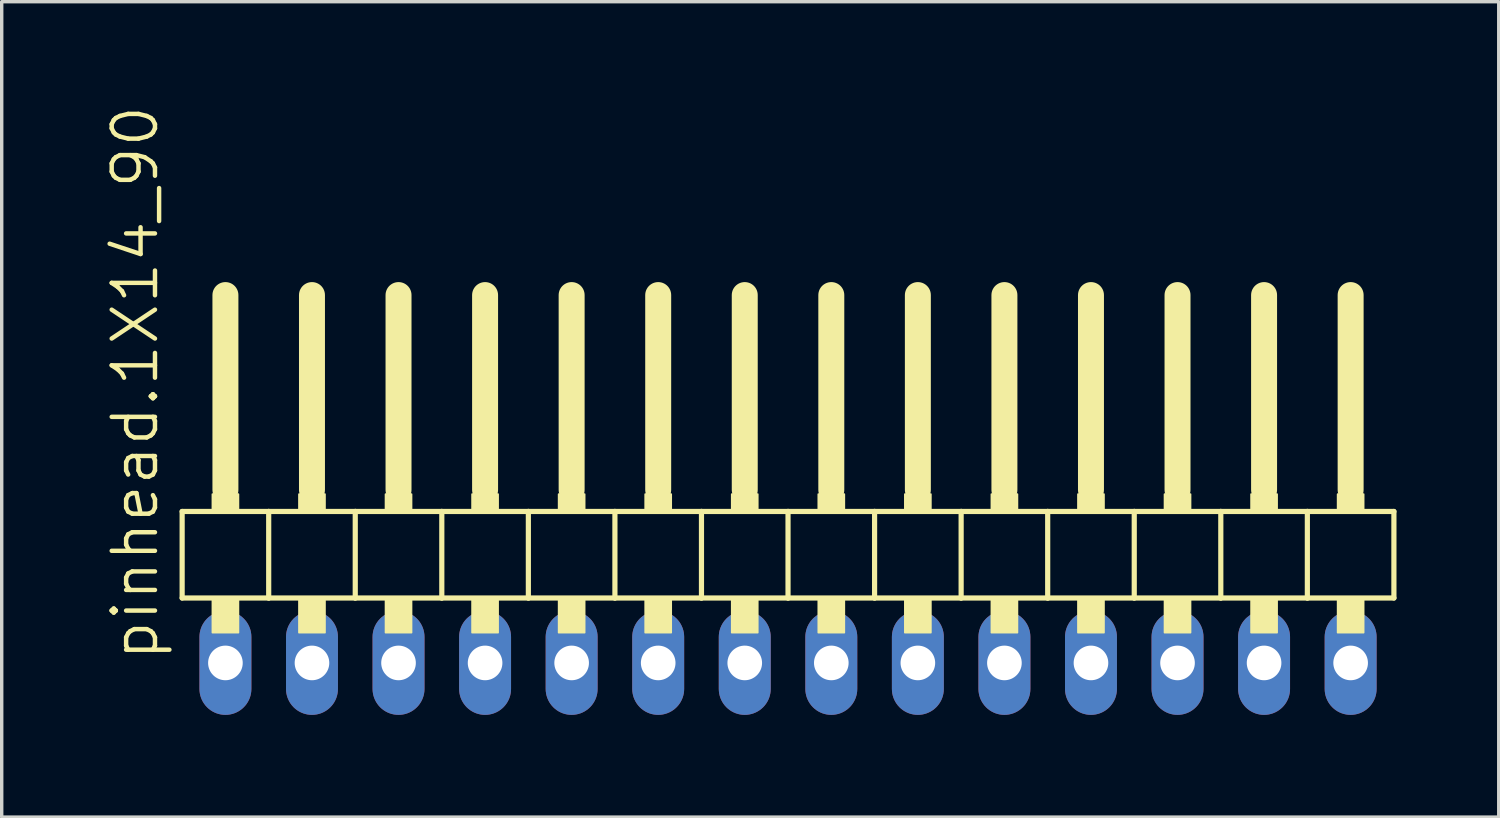
<source format=kicad_pcb>
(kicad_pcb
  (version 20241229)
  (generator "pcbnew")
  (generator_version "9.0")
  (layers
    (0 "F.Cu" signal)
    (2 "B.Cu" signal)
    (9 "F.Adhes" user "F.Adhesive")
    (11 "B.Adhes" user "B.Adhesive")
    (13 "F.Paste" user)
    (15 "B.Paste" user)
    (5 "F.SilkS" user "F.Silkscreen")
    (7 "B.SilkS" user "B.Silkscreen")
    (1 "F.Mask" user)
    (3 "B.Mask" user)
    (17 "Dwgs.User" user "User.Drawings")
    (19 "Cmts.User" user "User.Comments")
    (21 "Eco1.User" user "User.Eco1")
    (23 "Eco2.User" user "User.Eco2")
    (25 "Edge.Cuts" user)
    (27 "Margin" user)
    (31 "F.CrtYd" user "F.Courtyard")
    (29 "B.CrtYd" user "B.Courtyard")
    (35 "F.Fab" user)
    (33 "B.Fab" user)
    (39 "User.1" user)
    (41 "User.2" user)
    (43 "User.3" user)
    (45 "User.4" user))
  (footprint "pinhead.1X14_90"
    (layer "F.Cu")
    (at 20.075 12.594)
    (property "Reference" "pinhead.1X14_90" (at -18.415 3.81 90) (layer "F.SilkS") (effects (font (size 1.27 1.27) (thickness 0.13)) (justify left bottom)))
    (attr through_hole)
    (fp_line (start -17.78 -0.635) (end -17.78 1.905) (stroke (width 0.152) (type default)) (layer "F.SilkS"))
    (fp_line (start -17.78 1.905) (end -15.24 1.905) (stroke (width 0.152) (type default)) (layer "F.SilkS"))
    (fp_line (start -16.51 -6.985) (end -16.51 -1.27) (stroke (width 0.762) (type default)) (layer "F.SilkS"))
    (fp_line (start -15.24 -0.635) (end -17.78 -0.635) (stroke (width 0.152) (type default)) (layer "F.SilkS"))
    (fp_line (start -15.24 1.905) (end -15.24 -0.635) (stroke (width 0.152) (type default)) (layer "F.SilkS"))
    (fp_line (start -15.24 1.905) (end -12.7 1.905) (stroke (width 0.152) (type default)) (layer "F.SilkS"))
    (fp_line (start -13.97 -6.985) (end -13.97 -1.27) (stroke (width 0.762) (type default)) (layer "F.SilkS"))
    (fp_line (start -12.7 -0.635) (end -15.24 -0.635) (stroke (width 0.152) (type default)) (layer "F.SilkS"))
    (fp_line (start -12.7 1.905) (end -12.7 -0.635) (stroke (width 0.152) (type default)) (layer "F.SilkS"))
    (fp_line (start -12.7 1.905) (end -10.16 1.905) (stroke (width 0.152) (type default)) (layer "F.SilkS"))
    (fp_line (start -11.43 -6.985) (end -11.43 -1.27) (stroke (width 0.762) (type default)) (layer "F.SilkS"))
    (fp_line (start -10.16 -0.635) (end -12.7 -0.635) (stroke (width 0.152) (type default)) (layer "F.SilkS"))
    (fp_line (start -10.16 1.905) (end -10.16 -0.635) (stroke (width 0.152) (type default)) (layer "F.SilkS"))
    (fp_line (start -10.16 1.905) (end -7.62 1.905) (stroke (width 0.152) (type default)) (layer "F.SilkS"))
    (fp_line (start -8.89 -6.985) (end -8.89 -1.27) (stroke (width 0.762) (type default)) (layer "F.SilkS"))
    (fp_line (start -7.62 -0.635) (end -10.16 -0.635) (stroke (width 0.152) (type default)) (layer "F.SilkS"))
    (fp_line (start -7.62 1.905) (end -7.62 -0.635) (stroke (width 0.152) (type default)) (layer "F.SilkS"))
    (fp_line (start -7.62 1.905) (end -5.08 1.905) (stroke (width 0.152) (type default)) (layer "F.SilkS"))
    (fp_line (start -6.35 -6.985) (end -6.35 -1.27) (stroke (width 0.762) (type default)) (layer "F.SilkS"))
    (fp_line (start -5.08 -0.635) (end -7.62 -0.635) (stroke (width 0.152) (type default)) (layer "F.SilkS"))
    (fp_line (start -5.08 1.905) (end -5.08 -0.635) (stroke (width 0.152) (type default)) (layer "F.SilkS"))
    (fp_line (start -5.08 1.905) (end -2.54 1.905) (stroke (width 0.152) (type default)) (layer "F.SilkS"))
    (fp_line (start -3.81 -6.985) (end -3.81 -1.27) (stroke (width 0.762) (type default)) (layer "F.SilkS"))
    (fp_line (start -2.54 -0.635) (end -5.08 -0.635) (stroke (width 0.152) (type default)) (layer "F.SilkS"))
    (fp_line (start -2.54 1.905) (end -2.54 -0.635) (stroke (width 0.152) (type default)) (layer "F.SilkS"))
    (fp_line (start -2.54 1.905) (end 0 1.905) (stroke (width 0.152) (type default)) (layer "F.SilkS"))
    (fp_line (start -1.27 -6.985) (end -1.27 -1.27) (stroke (width 0.762) (type default)) (layer "F.SilkS"))
    (fp_line (start 0 -0.635) (end -2.54 -0.635) (stroke (width 0.152) (type default)) (layer "F.SilkS"))
    (fp_line (start 0 1.905) (end 0 -0.635) (stroke (width 0.152) (type default)) (layer "F.SilkS"))
    (fp_line (start 0 1.905) (end 2.54 1.905) (stroke (width 0.152) (type default)) (layer "F.SilkS"))
    (fp_line (start 1.27 -6.985) (end 1.27 -1.27) (stroke (width 0.762) (type default)) (layer "F.SilkS"))
    (fp_line (start 2.54 -0.635) (end 0 -0.635) (stroke (width 0.152) (type default)) (layer "F.SilkS"))
    (fp_line (start 2.54 1.905) (end 2.54 -0.635) (stroke (width 0.152) (type default)) (layer "F.SilkS"))
    (fp_line (start 2.54 1.905) (end 5.08 1.905) (stroke (width 0.152) (type default)) (layer "F.SilkS"))
    (fp_line (start 3.81 -6.985) (end 3.81 -1.27) (stroke (width 0.762) (type default)) (layer "F.SilkS"))
    (fp_line (start 5.08 -0.635) (end 2.54 -0.635) (stroke (width 0.152) (type default)) (layer "F.SilkS"))
    (fp_line (start 5.08 1.905) (end 5.08 -0.635) (stroke (width 0.152) (type default)) (layer "F.SilkS"))
    (fp_line (start 5.08 1.905) (end 7.62 1.905) (stroke (width 0.152) (type default)) (layer "F.SilkS"))
    (fp_line (start 6.35 -6.985) (end 6.35 -1.27) (stroke (width 0.762) (type default)) (layer "F.SilkS"))
    (fp_line (start 7.62 -0.635) (end 5.08 -0.635) (stroke (width 0.152) (type default)) (layer "F.SilkS"))
    (fp_line (start 7.62 1.905) (end 7.62 -0.635) (stroke (width 0.152) (type default)) (layer "F.SilkS"))
    (fp_line (start 7.62 1.905) (end 10.16 1.905) (stroke (width 0.152) (type default)) (layer "F.SilkS"))
    (fp_line (start 8.89 -6.985) (end 8.89 -1.27) (stroke (width 0.762) (type default)) (layer "F.SilkS"))
    (fp_line (start 10.16 -0.635) (end 7.62 -0.635) (stroke (width 0.152) (type default)) (layer "F.SilkS"))
    (fp_line (start 10.16 1.905) (end 10.16 -0.635) (stroke (width 0.152) (type default)) (layer "F.SilkS"))
    (fp_line (start 10.16 1.905) (end 12.7 1.905) (stroke (width 0.152) (type default)) (layer "F.SilkS"))
    (fp_line (start 11.43 -6.985) (end 11.43 -1.27) (stroke (width 0.762) (type default)) (layer "F.SilkS"))
    (fp_line (start 12.7 -0.635) (end 10.16 -0.635) (stroke (width 0.152) (type default)) (layer "F.SilkS"))
    (fp_line (start 12.7 1.905) (end 12.7 -0.635) (stroke (width 0.152) (type default)) (layer "F.SilkS"))
    (fp_line (start 12.7 1.905) (end 15.24 1.905) (stroke (width 0.152) (type default)) (layer "F.SilkS"))
    (fp_line (start 13.97 -6.985) (end 13.97 -1.27) (stroke (width 0.762) (type default)) (layer "F.SilkS"))
    (fp_line (start 15.24 -0.635) (end 12.7 -0.635) (stroke (width 0.152) (type default)) (layer "F.SilkS"))
    (fp_line (start 15.24 1.905) (end 15.24 -0.635) (stroke (width 0.152) (type default)) (layer "F.SilkS"))
    (fp_line (start 15.24 1.905) (end 17.78 1.905) (stroke (width 0.152) (type default)) (layer "F.SilkS"))
    (fp_line (start 16.51 -6.985) (end 16.51 -1.27) (stroke (width 0.762) (type default)) (layer "F.SilkS"))
    (fp_line (start 17.78 -0.635) (end 15.24 -0.635) (stroke (width 0.152) (type default)) (layer "F.SilkS"))
    (fp_line (start 17.78 1.905) (end 17.78 -0.635) (stroke (width 0.152) (type default)) (layer "F.SilkS"))
    (fp_rect (start -16.891 -0.635) (end -16.129 -1.143) (stroke (width 0.05) (type default)) (fill yes) (layer "F.SilkS"))
    (fp_rect (start -16.891 2.921) (end -16.129 1.905) (stroke (width 0.05) (type default)) (fill yes) (layer "F.SilkS"))
    (fp_rect (start -14.351 -0.635) (end -13.589 -1.143) (stroke (width 0.05) (type default)) (fill yes) (layer "F.SilkS"))
    (fp_rect (start -14.351 2.921) (end -13.589 1.905) (stroke (width 0.05) (type default)) (fill yes) (layer "F.SilkS"))
    (fp_rect (start -11.811 -0.635) (end -11.049 -1.143) (stroke (width 0.05) (type default)) (fill yes) (layer "F.SilkS"))
    (fp_rect (start -11.811 2.921) (end -11.049 1.905) (stroke (width 0.05) (type default)) (fill yes) (layer "F.SilkS"))
    (fp_rect (start -9.271 -0.635) (end -8.509 -1.143) (stroke (width 0.05) (type default)) (fill yes) (layer "F.SilkS"))
    (fp_rect (start -9.271 2.921) (end -8.509 1.905) (stroke (width 0.05) (type default)) (fill yes) (layer "F.SilkS"))
    (fp_rect (start -6.731 -0.635) (end -5.969 -1.143) (stroke (width 0.05) (type default)) (fill yes) (layer "F.SilkS"))
    (fp_rect (start -6.731 2.921) (end -5.969 1.905) (stroke (width 0.05) (type default)) (fill yes) (layer "F.SilkS"))
    (fp_rect (start -4.191 -0.635) (end -3.429 -1.143) (stroke (width 0.05) (type default)) (fill yes) (layer "F.SilkS"))
    (fp_rect (start -4.191 2.921) (end -3.429 1.905) (stroke (width 0.05) (type default)) (fill yes) (layer "F.SilkS"))
    (fp_rect (start -1.651 -0.635) (end -0.889 -1.143) (stroke (width 0.05) (type default)) (fill yes) (layer "F.SilkS"))
    (fp_rect (start -1.651 2.921) (end -0.889 1.905) (stroke (width 0.05) (type default)) (fill yes) (layer "F.SilkS"))
    (fp_rect (start 0.889 -0.635) (end 1.651 -1.143) (stroke (width 0.05) (type default)) (fill yes) (layer "F.SilkS"))
    (fp_rect (start 0.889 2.921) (end 1.651 1.905) (stroke (width 0.05) (type default)) (fill yes) (layer "F.SilkS"))
    (fp_rect (start 3.429 -0.635) (end 4.191 -1.143) (stroke (width 0.05) (type default)) (fill yes) (layer "F.SilkS"))
    (fp_rect (start 3.429 2.921) (end 4.191 1.905) (stroke (width 0.05) (type default)) (fill yes) (layer "F.SilkS"))
    (fp_rect (start 5.969 -0.635) (end 6.731 -1.143) (stroke (width 0.05) (type default)) (fill yes) (layer "F.SilkS"))
    (fp_rect (start 5.969 2.921) (end 6.731 1.905) (stroke (width 0.05) (type default)) (fill yes) (layer "F.SilkS"))
    (fp_rect (start 8.509 -0.635) (end 9.271 -1.143) (stroke (width 0.05) (type default)) (fill yes) (layer "F.SilkS"))
    (fp_rect (start 8.509 2.921) (end 9.271 1.905) (stroke (width 0.05) (type default)) (fill yes) (layer "F.SilkS"))
    (fp_rect (start 11.049 -0.635) (end 11.811 -1.143) (stroke (width 0.05) (type default)) (fill yes) (layer "F.SilkS"))
    (fp_rect (start 11.049 2.921) (end 11.811 1.905) (stroke (width 0.05) (type default)) (fill yes) (layer "F.SilkS"))
    (fp_rect (start 13.589 -0.635) (end 14.351 -1.143) (stroke (width 0.05) (type default)) (fill yes) (layer "F.SilkS"))
    (fp_rect (start 13.589 2.921) (end 14.351 1.905) (stroke (width 0.05) (type default)) (fill yes) (layer "F.SilkS"))
    (fp_rect (start 16.129 -0.635) (end 16.891 -1.143) (stroke (width 0.05) (type default)) (fill yes) (layer "F.SilkS"))
    (fp_rect (start 16.129 2.921) (end 16.891 1.905) (stroke (width 0.05) (type default)) (fill yes) (layer "F.SilkS"))
    (pad "1" thru_hole oval (at -16.51 3.81 90) (size 3.048 1.524) (drill 1.016) (layers "*.Cu" "*.Mask"))
    (pad "2" thru_hole oval (at -13.97 3.81 90) (size 3.048 1.524) (drill 1.016) (layers "*.Cu" "*.Mask"))
    (pad "3" thru_hole oval (at -11.43 3.81 90) (size 3.048 1.524) (drill 1.016) (layers "*.Cu" "*.Mask"))
    (pad "4" thru_hole oval (at -8.89 3.81 90) (size 3.048 1.524) (drill 1.016) (layers "*.Cu" "*.Mask"))
    (pad "5" thru_hole oval (at -6.35 3.81 90) (size 3.048 1.524) (drill 1.016) (layers "*.Cu" "*.Mask"))
    (pad "6" thru_hole oval (at -3.81 3.81 90) (size 3.048 1.524) (drill 1.016) (layers "*.Cu" "*.Mask"))
    (pad "7" thru_hole oval (at -1.27 3.81 90) (size 3.048 1.524) (drill 1.016) (layers "*.Cu" "*.Mask"))
    (pad "8" thru_hole oval (at 1.27 3.81 90) (size 3.048 1.524) (drill 1.016) (layers "*.Cu" "*.Mask"))
    (pad "9" thru_hole oval (at 3.81 3.81 90) (size 3.048 1.524) (drill 1.016) (layers "*.Cu" "*.Mask"))
    (pad "10" thru_hole oval (at 6.35 3.81 90) (size 3.048 1.524) (drill 1.016) (layers "*.Cu" "*.Mask"))
    (pad "11" thru_hole oval (at 8.89 3.81 90) (size 3.048 1.524) (drill 1.016) (layers "*.Cu" "*.Mask"))
    (pad "12" thru_hole oval (at 11.43 3.81 90) (size 3.048 1.524) (drill 1.016) (layers "*.Cu" "*.Mask"))
    (pad "13" thru_hole oval (at 13.97 3.81 90) (size 3.048 1.524) (drill 1.016) (layers "*.Cu" "*.Mask"))
    (pad "14" thru_hole oval (at 16.51 3.81 90) (size 3.048 1.524) (drill 1.016) (layers "*.Cu" "*.Mask")))
  (gr_rect
    (start -3 -3)
    (end 40.931 20.928)
    (stroke (width 0.1) (type default))
    (fill no)
    (layer "Edge.Cuts")))
</source>
